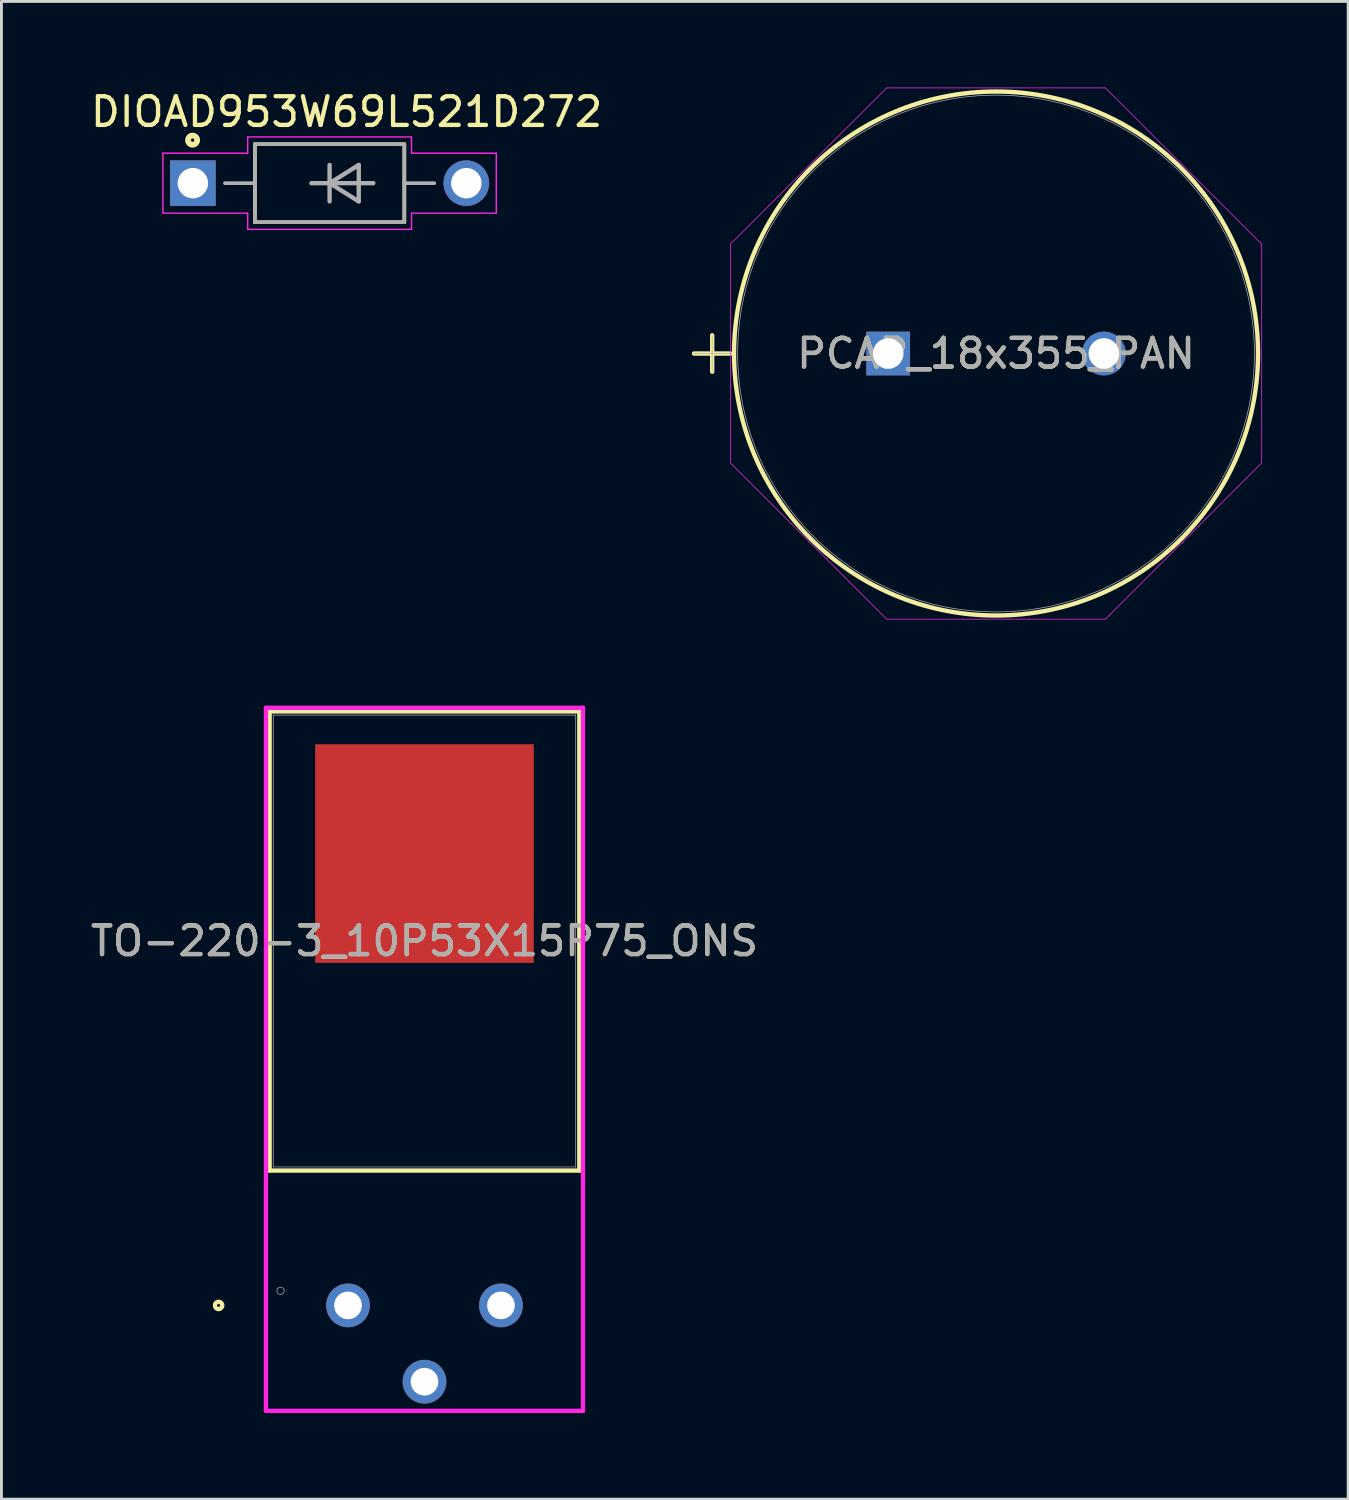
<source format=kicad_pcb>
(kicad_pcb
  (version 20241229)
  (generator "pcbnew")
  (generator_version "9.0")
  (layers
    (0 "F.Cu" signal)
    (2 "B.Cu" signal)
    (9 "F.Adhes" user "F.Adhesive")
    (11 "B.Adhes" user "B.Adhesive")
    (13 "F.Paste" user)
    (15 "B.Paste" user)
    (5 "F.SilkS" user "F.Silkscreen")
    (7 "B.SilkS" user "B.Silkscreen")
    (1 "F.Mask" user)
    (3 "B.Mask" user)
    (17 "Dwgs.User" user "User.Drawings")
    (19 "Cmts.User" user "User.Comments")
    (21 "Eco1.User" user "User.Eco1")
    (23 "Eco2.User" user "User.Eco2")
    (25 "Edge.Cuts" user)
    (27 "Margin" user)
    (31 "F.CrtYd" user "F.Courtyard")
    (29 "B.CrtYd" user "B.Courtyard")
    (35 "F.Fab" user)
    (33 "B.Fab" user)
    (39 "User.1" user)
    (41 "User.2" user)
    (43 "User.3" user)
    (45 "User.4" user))
  (footprint "DIOAD953W69L521D272"
    (layer "F.Cu")
    (at 8.437 3.334)
    (property "Reference" "DIOAD953W69L521D272" (at 0.593 -2.486 0) (layer "F.SilkS") (effects (font (size 1 1) (thickness 0.15))))
    (attr through_hole)
    (fp_line (start -2.605 -1.36) (end 2.605 -1.36) (stroke (width 0.127) (type solid)) (layer "F.SilkS"))
    (fp_line (start -2.605 1.36) (end -2.605 -1.36) (stroke (width 0.127) (type solid)) (layer "F.SilkS"))
    (fp_line (start 2.605 -1.36) (end 2.605 1.36) (stroke (width 0.127) (type solid)) (layer "F.SilkS"))
    (fp_line (start 2.605 1.36) (end -2.605 1.36) (stroke (width 0.127) (type solid)) (layer "F.SilkS"))
    (fp_circle (center -4.775 -1.5) (end -4.615 -1.5) (stroke (width 0.2) (type solid)) (fill no) (layer "F.SilkS"))
    (fp_line (start -5.81 -1.045) (end -2.855 -1.045) (stroke (width 0.05) (type solid)) (layer "F.CrtYd"))
    (fp_line (start -5.81 1.045) (end -5.81 -1.045) (stroke (width 0.05) (type solid)) (layer "F.CrtYd"))
    (fp_line (start -2.855 -1.61) (end 2.855 -1.61) (stroke (width 0.05) (type solid)) (layer "F.CrtYd"))
    (fp_line (start -2.855 -1.045) (end -2.855 -1.61) (stroke (width 0.05) (type solid)) (layer "F.CrtYd"))
    (fp_line (start -2.855 1.045) (end -5.81 1.045) (stroke (width 0.05) (type solid)) (layer "F.CrtYd"))
    (fp_line (start -2.855 1.61) (end -2.855 1.045) (stroke (width 0.05) (type solid)) (layer "F.CrtYd"))
    (fp_line (start 2.855 -1.61) (end 2.855 -1.045) (stroke (width 0.05) (type solid)) (layer "F.CrtYd"))
    (fp_line (start 2.855 -1.045) (end 5.81 -1.045) (stroke (width 0.05) (type solid)) (layer "F.CrtYd"))
    (fp_line (start 2.855 1.045) (end 2.855 1.61) (stroke (width 0.05) (type solid)) (layer "F.CrtYd"))
    (fp_line (start 2.855 1.61) (end -2.855 1.61) (stroke (width 0.05) (type solid)) (layer "F.CrtYd"))
    (fp_line (start 5.81 -1.045) (end 5.81 1.045) (stroke (width 0.05) (type solid)) (layer "F.CrtYd"))
    (fp_line (start 5.81 1.045) (end 2.855 1.045) (stroke (width 0.05) (type solid)) (layer "F.CrtYd"))
    (fp_line (start -2.605 -1.36) (end -2.605 1.36) (stroke (width 0.127) (type solid)) (layer "F.Fab"))
    (fp_line (start -2.605 -1.36) (end 2.605 -1.36) (stroke (width 0.127) (type solid)) (layer "F.Fab"))
    (fp_line (start -2.6 0) (end -3.65 0) (stroke (width 0.127) (type solid)) (layer "F.Fab"))
    (fp_line (start -0.635 0) (end 0 0) (stroke (width 0.152) (type solid)) (layer "F.Fab"))
    (fp_line (start 0 -0.635) (end 0 0) (stroke (width 0.152) (type solid)) (layer "F.Fab"))
    (fp_line (start 0 0) (end 0 0.635) (stroke (width 0.152) (type solid)) (layer "F.Fab"))
    (fp_line (start 0 0) (end 1.016 -0.635) (stroke (width 0.152) (type solid)) (layer "F.Fab"))
    (fp_line (start 0 0) (end 1.524 0) (stroke (width 0.152) (type solid)) (layer "F.Fab"))
    (fp_line (start 1.016 -0.635) (end 1.016 0.635) (stroke (width 0.152) (type solid)) (layer "F.Fab"))
    (fp_line (start 1.016 0.635) (end 0 0) (stroke (width 0.152) (type solid)) (layer "F.Fab"))
    (fp_line (start 2.6 0) (end 3.65 0) (stroke (width 0.127) (type solid)) (layer "F.Fab"))
    (fp_line (start 2.605 1.36) (end -2.605 1.36) (stroke (width 0.127) (type solid)) (layer "F.Fab"))
    (fp_line (start 2.605 1.36) (end 2.605 -1.36) (stroke (width 0.127) (type solid)) (layer "F.Fab"))
    (pad "A" thru_hole circle (at 4.765 0) (size 1.59 1.59) (drill 1.06) (layers "*.Cu" "*.Mask"))
    (pad "C" thru_hole rect (at -4.765 0) (size 1.59 1.59) (drill 1.06) (layers "*.Cu" "*.Mask")))
  (footprint "TO-220-3_10P53X15P75_ONS"
    (layer "F.Cu")
    (at 9.079 42.446)
    (property "Reference" "TO-220-3_10P53X15P75_ONS" (at 2.665 -12.7 0) (unlocked yes) (layer "F.SilkS") (effects (font (size 1 1) (thickness 0.15))))
    (attr through_hole)
    (fp_line (start -2.732 -20.701) (end -2.732 -4.699) (stroke (width 0.152) (type solid)) (layer "F.SilkS"))
    (fp_line (start -2.732 -4.699) (end 8.062 -4.699) (stroke (width 0.152) (type solid)) (layer "F.SilkS"))
    (fp_line (start 8.062 -20.701) (end -2.732 -20.701) (stroke (width 0.152) (type solid)) (layer "F.SilkS"))
    (fp_line (start 8.062 -4.699) (end 8.062 -20.701) (stroke (width 0.152) (type solid)) (layer "F.SilkS"))
    (fp_circle (center -4.511 0) (end -4.383 0) (stroke (width 0.152) (type solid)) (fill no) (layer "F.SilkS"))
    (fp_line (start -2.86 -20.828) (end -2.86 3.676) (stroke (width 0.152) (type solid)) (layer "F.CrtYd"))
    (fp_line (start -2.86 3.676) (end 8.19 3.676) (stroke (width 0.152) (type solid)) (layer "F.CrtYd"))
    (fp_line (start 8.19 -20.828) (end -2.86 -20.828) (stroke (width 0.152) (type solid)) (layer "F.CrtYd"))
    (fp_line (start 8.19 3.676) (end 8.19 -20.828) (stroke (width 0.152) (type solid)) (layer "F.CrtYd"))
    (fp_line (start -2.606 -20.574) (end -2.606 -4.826) (stroke (width 0.025) (type solid)) (layer "F.Fab"))
    (fp_line (start -2.606 -4.826) (end 7.936 -4.826) (stroke (width 0.025) (type solid)) (layer "F.Fab"))
    (fp_line (start 7.936 -20.574) (end -2.606 -20.574) (stroke (width 0.025) (type solid)) (layer "F.Fab"))
    (fp_line (start 7.936 -4.826) (end 7.936 -20.574) (stroke (width 0.025) (type solid)) (layer "F.Fab"))
    (fp_circle (center -2.352 -0.508) (end -2.224 -0.508) (stroke (width 0.025) (type solid)) (fill no) (layer "F.Fab"))
    (fp_text user "${REFERENCE}" (at 2.665 -12.7 0) (unlocked yes) (layer "F.Fab") (effects (font (size 1 1) (thickness 0.15))))
    (pad "1" thru_hole circle (at 0 0) (size 1.524 1.524) (drill 0.965) (layers "*.Cu" "*.Mask"))
    (pad "2" thru_hole circle (at 2.665 2.66) (size 1.524 1.524) (drill 0.965) (layers "*.Cu" "*.Mask"))
    (pad "3" thru_hole circle (at 5.33 0) (size 1.524 1.524) (drill 0.965) (layers "*.Cu" "*.Mask"))
    (pad "4" smd rect (at 2.665 -15.748) (size 7.62 7.62) (layers "F.Cu" "F.Mask" "F.Paste")))
  (footprint "PCAP_18x355_PAN"
    (layer "F.Cu")
    (at 27.905 9.271)
    (property "Reference" "PCAP_18x355_PAN" (at 3.759 0 0) (unlocked yes) (layer "F.SilkS") (effects (font (size 1 1) (thickness 0.15))))
    (attr through_hole)
    (fp_line (start -6.769 0) (end -5.499 0) (stroke (width 0.152) (type solid)) (layer "F.SilkS"))
    (fp_line (start -6.134 -0.635) (end -6.134 0.635) (stroke (width 0.152) (type solid)) (layer "F.SilkS"))
    (fp_circle (center 3.759 0) (end 12.89 0) (stroke (width 0.152) (type solid)) (fill no) (layer "F.SilkS"))
    (fp_line (start -5.499 -3.812) (end -0.053 -9.258) (stroke (width 0.025) (type solid)) (layer "F.CrtYd"))
    (fp_line (start -5.499 3.812) (end -5.499 -3.812) (stroke (width 0.025) (type solid)) (layer "F.CrtYd"))
    (fp_line (start -0.053 -9.258) (end 7.571 -9.258) (stroke (width 0.025) (type solid)) (layer "F.CrtYd"))
    (fp_line (start -0.053 9.258) (end -5.499 3.812) (stroke (width 0.025) (type solid)) (layer "F.CrtYd"))
    (fp_line (start 7.571 -9.258) (end 13.018 -3.812) (stroke (width 0.025) (type solid)) (layer "F.CrtYd"))
    (fp_line (start 7.571 9.258) (end -0.053 9.258) (stroke (width 0.025) (type solid)) (layer "F.CrtYd"))
    (fp_line (start 13.018 -3.812) (end 13.018 3.812) (stroke (width 0.025) (type solid)) (layer "F.CrtYd"))
    (fp_line (start 13.018 3.812) (end 7.571 9.258) (stroke (width 0.025) (type solid)) (layer "F.CrtYd"))
    (fp_line (start -6.769 0) (end -5.499 0) (stroke (width 0.025) (type solid)) (layer "F.Fab"))
    (fp_line (start -6.134 -0.635) (end -6.134 0.635) (stroke (width 0.025) (type solid)) (layer "F.Fab"))
    (fp_circle (center 3.759 0) (end 12.764 0) (stroke (width 0.025) (type solid)) (fill no) (layer "F.Fab"))
    (fp_text user "${REFERENCE}" (at 3.759 0 0) (unlocked yes) (layer "F.Fab") (effects (font (size 1 1) (thickness 0.15))))
    (pad "1" thru_hole rect (at 0 0) (size 1.524 1.524) (drill 1.067) (layers "*.Cu" "*.Mask"))
    (pad "2" thru_hole circle (at 7.518 0) (size 1.524 1.524) (drill 1.067) (layers "*.Cu" "*.Mask")))
  (gr_rect
    (start -3 -3)
    (end 43.935 49.198)
    (stroke (width 0.1) (type default))
    (fill no)
    (layer "Edge.Cuts")))
</source>
